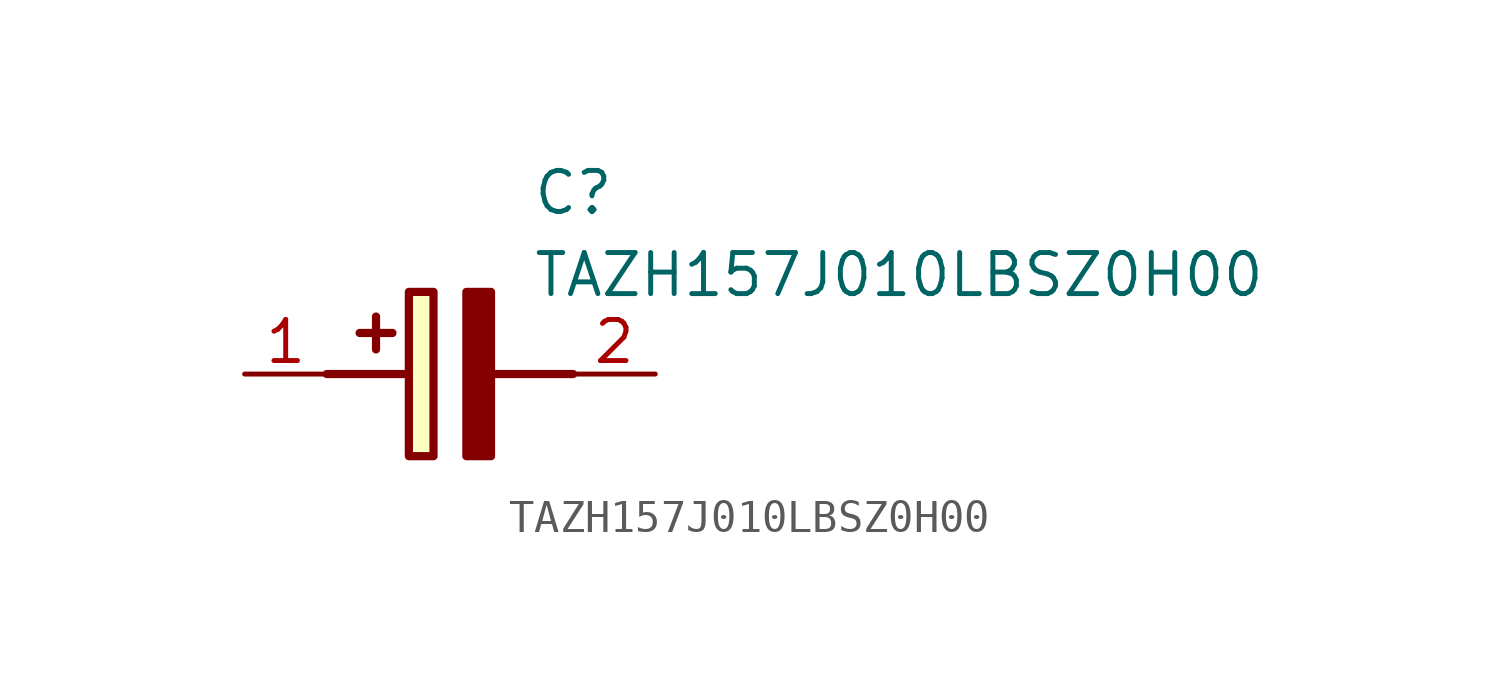
<source format=kicad_sym>
(kicad_symbol_lib
  (version 20211014)
  (generator SamacSys_ECAD_Model)
  (symbol "TAZH157J010LBSZ0H00"
    (pin_names hide)
    (property "Reference" "C"
      (at 8.89 6.35 0)
      (effects (font (size 1.27 1.27)) (justify left top)))
    (property "Value" "TAZH157J010LBSZ0H00"
      (at 8.89 3.81 0)
      (effects (font (size 1.27 1.27)) (justify left top)))
    (rectangle
      (start 5.08 2.54)
      (end 5.842 -2.54)
      (stroke (width 0.254) (type default))
      (fill (type background)))
    (polyline
      (pts (xy 4.572 1.27) (xy 3.556 1.27))
      (stroke (width 0.254) (type default))
      (fill (type none)))
    (polyline
      (pts (xy 4.064 1.778) (xy 4.064 0.762))
      (stroke (width 0.254) (type default))
      (fill (type none)))
    (polyline
      (pts (xy 2.54 0) (xy 5.08 0))
      (stroke (width 0.254) (type default))
      (fill (type none)))
    (polyline
      (pts (xy 7.62 0) (xy 10.16 0))
      (stroke (width 0.254) (type default))
      (fill (type none)))
    (polyline
      (pts (xy 7.62 2.54) (xy 7.62 -2.54) (xy 6.858 -2.54) (xy 6.858 2.54) (xy 7.62 2.54))
      (stroke (width 0.254) (type default))
      (fill (type outline)))
    (pin passive line
      (at 0 0 0)
      (length 2.54)
      (name "+" (effects (font (size 1.27 1.27))))
      (number "1" (effects (font (size 1.27 1.27)))))
    (pin passive line
      (at 12.7 0 180)
      (length 2.54)
      (name "-" (effects (font (size 1.27 1.27))))
      (number "2" (effects (font (size 1.27 1.27)))))))
</source>
